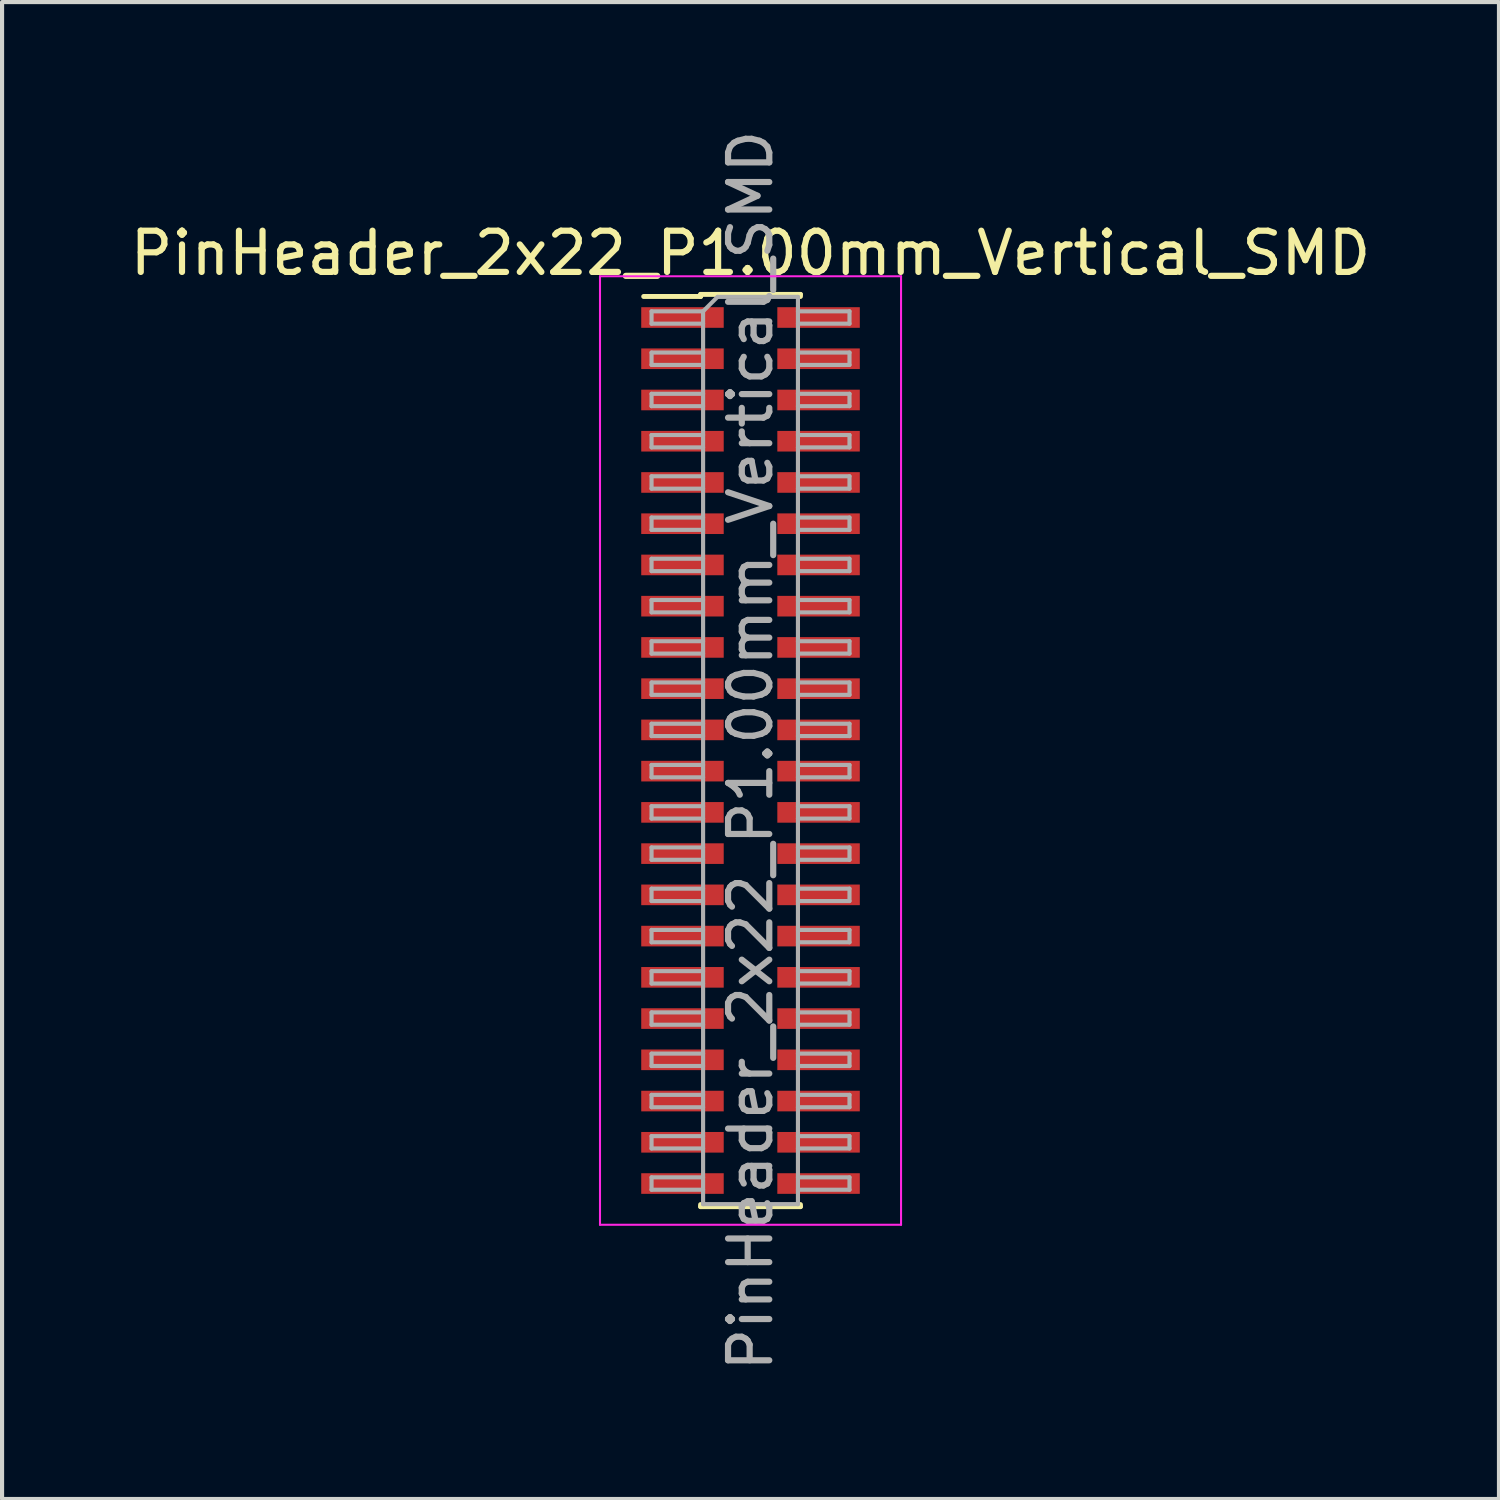
<source format=kicad_pcb>
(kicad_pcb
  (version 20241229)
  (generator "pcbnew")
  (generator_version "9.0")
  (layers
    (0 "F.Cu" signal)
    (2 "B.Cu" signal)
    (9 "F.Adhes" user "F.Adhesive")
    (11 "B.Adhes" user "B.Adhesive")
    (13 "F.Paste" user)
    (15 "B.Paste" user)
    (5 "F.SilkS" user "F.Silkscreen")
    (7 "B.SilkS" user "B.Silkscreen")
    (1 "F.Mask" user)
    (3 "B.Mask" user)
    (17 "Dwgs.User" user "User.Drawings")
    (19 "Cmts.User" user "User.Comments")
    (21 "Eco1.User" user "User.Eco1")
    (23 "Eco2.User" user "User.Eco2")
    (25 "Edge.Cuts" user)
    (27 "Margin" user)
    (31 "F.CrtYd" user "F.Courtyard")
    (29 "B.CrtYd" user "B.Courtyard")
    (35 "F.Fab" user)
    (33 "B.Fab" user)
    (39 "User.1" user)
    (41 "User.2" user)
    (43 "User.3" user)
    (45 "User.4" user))
  (footprint "PinHeader_2x22_P1.00mm_Vertical_SMD"
    (layer "F.Cu")
    (at 15.149 15.149)
    (property "Reference" "PinHeader_2x22_P1.00mm_Vertical_SMD" (at 0 -12.06 0) (layer "F.SilkS") (effects (font (size 1 1) (thickness 0.15))))
    (attr smd)
    (fp_line (start -2.59 -11.01) (end -1.21 -11.01) (stroke (width 0.12) (type solid)) (layer "F.SilkS"))
    (fp_line (start -1.21 -11.06) (end -1.21 -11.01) (stroke (width 0.12) (type solid)) (layer "F.SilkS"))
    (fp_line (start -1.21 -11.06) (end 1.21 -11.06) (stroke (width 0.12) (type solid)) (layer "F.SilkS"))
    (fp_line (start -1.21 11.01) (end -1.21 11.06) (stroke (width 0.12) (type solid)) (layer "F.SilkS"))
    (fp_line (start -1.21 11.06) (end 1.21 11.06) (stroke (width 0.12) (type solid)) (layer "F.SilkS"))
    (fp_line (start 1.21 -11.06) (end 1.21 -11.01) (stroke (width 0.12) (type solid)) (layer "F.SilkS"))
    (fp_line (start 1.21 11.01) (end 1.21 11.06) (stroke (width 0.12) (type solid)) (layer "F.SilkS"))
    (fp_line (start -3.65 -11.5) (end -3.65 11.5) (stroke (width 0.05) (type solid)) (layer "F.CrtYd"))
    (fp_line (start -3.65 11.5) (end 3.65 11.5) (stroke (width 0.05) (type solid)) (layer "F.CrtYd"))
    (fp_line (start 3.65 -11.5) (end -3.65 -11.5) (stroke (width 0.05) (type solid)) (layer "F.CrtYd"))
    (fp_line (start 3.65 11.5) (end 3.65 -11.5) (stroke (width 0.05) (type solid)) (layer "F.CrtYd"))
    (fp_line (start -2.4 -10.65) (end -2.4 -10.35) (stroke (width 0.1) (type solid)) (layer "F.Fab"))
    (fp_line (start -2.4 -10.35) (end -1.15 -10.35) (stroke (width 0.1) (type solid)) (layer "F.Fab"))
    (fp_line (start -2.4 -9.65) (end -2.4 -9.35) (stroke (width 0.1) (type solid)) (layer "F.Fab"))
    (fp_line (start -2.4 -9.35) (end -1.15 -9.35) (stroke (width 0.1) (type solid)) (layer "F.Fab"))
    (fp_line (start -2.4 -8.65) (end -2.4 -8.35) (stroke (width 0.1) (type solid)) (layer "F.Fab"))
    (fp_line (start -2.4 -8.35) (end -1.15 -8.35) (stroke (width 0.1) (type solid)) (layer "F.Fab"))
    (fp_line (start -2.4 -7.65) (end -2.4 -7.35) (stroke (width 0.1) (type solid)) (layer "F.Fab"))
    (fp_line (start -2.4 -7.35) (end -1.15 -7.35) (stroke (width 0.1) (type solid)) (layer "F.Fab"))
    (fp_line (start -2.4 -6.65) (end -2.4 -6.35) (stroke (width 0.1) (type solid)) (layer "F.Fab"))
    (fp_line (start -2.4 -6.35) (end -1.15 -6.35) (stroke (width 0.1) (type solid)) (layer "F.Fab"))
    (fp_line (start -2.4 -5.65) (end -2.4 -5.35) (stroke (width 0.1) (type solid)) (layer "F.Fab"))
    (fp_line (start -2.4 -5.35) (end -1.15 -5.35) (stroke (width 0.1) (type solid)) (layer "F.Fab"))
    (fp_line (start -2.4 -4.65) (end -2.4 -4.35) (stroke (width 0.1) (type solid)) (layer "F.Fab"))
    (fp_line (start -2.4 -4.35) (end -1.15 -4.35) (stroke (width 0.1) (type solid)) (layer "F.Fab"))
    (fp_line (start -2.4 -3.65) (end -2.4 -3.35) (stroke (width 0.1) (type solid)) (layer "F.Fab"))
    (fp_line (start -2.4 -3.35) (end -1.15 -3.35) (stroke (width 0.1) (type solid)) (layer "F.Fab"))
    (fp_line (start -2.4 -2.65) (end -2.4 -2.35) (stroke (width 0.1) (type solid)) (layer "F.Fab"))
    (fp_line (start -2.4 -2.35) (end -1.15 -2.35) (stroke (width 0.1) (type solid)) (layer "F.Fab"))
    (fp_line (start -2.4 -1.65) (end -2.4 -1.35) (stroke (width 0.1) (type solid)) (layer "F.Fab"))
    (fp_line (start -2.4 -1.35) (end -1.15 -1.35) (stroke (width 0.1) (type solid)) (layer "F.Fab"))
    (fp_line (start -2.4 -0.65) (end -2.4 -0.35) (stroke (width 0.1) (type solid)) (layer "F.Fab"))
    (fp_line (start -2.4 -0.35) (end -1.15 -0.35) (stroke (width 0.1) (type solid)) (layer "F.Fab"))
    (fp_line (start -2.4 0.35) (end -2.4 0.65) (stroke (width 0.1) (type solid)) (layer "F.Fab"))
    (fp_line (start -2.4 0.65) (end -1.15 0.65) (stroke (width 0.1) (type solid)) (layer "F.Fab"))
    (fp_line (start -2.4 1.35) (end -2.4 1.65) (stroke (width 0.1) (type solid)) (layer "F.Fab"))
    (fp_line (start -2.4 1.65) (end -1.15 1.65) (stroke (width 0.1) (type solid)) (layer "F.Fab"))
    (fp_line (start -2.4 2.35) (end -2.4 2.65) (stroke (width 0.1) (type solid)) (layer "F.Fab"))
    (fp_line (start -2.4 2.65) (end -1.15 2.65) (stroke (width 0.1) (type solid)) (layer "F.Fab"))
    (fp_line (start -2.4 3.35) (end -2.4 3.65) (stroke (width 0.1) (type solid)) (layer "F.Fab"))
    (fp_line (start -2.4 3.65) (end -1.15 3.65) (stroke (width 0.1) (type solid)) (layer "F.Fab"))
    (fp_line (start -2.4 4.35) (end -2.4 4.65) (stroke (width 0.1) (type solid)) (layer "F.Fab"))
    (fp_line (start -2.4 4.65) (end -1.15 4.65) (stroke (width 0.1) (type solid)) (layer "F.Fab"))
    (fp_line (start -2.4 5.35) (end -2.4 5.65) (stroke (width 0.1) (type solid)) (layer "F.Fab"))
    (fp_line (start -2.4 5.65) (end -1.15 5.65) (stroke (width 0.1) (type solid)) (layer "F.Fab"))
    (fp_line (start -2.4 6.35) (end -2.4 6.65) (stroke (width 0.1) (type solid)) (layer "F.Fab"))
    (fp_line (start -2.4 6.65) (end -1.15 6.65) (stroke (width 0.1) (type solid)) (layer "F.Fab"))
    (fp_line (start -2.4 7.35) (end -2.4 7.65) (stroke (width 0.1) (type solid)) (layer "F.Fab"))
    (fp_line (start -2.4 7.65) (end -1.15 7.65) (stroke (width 0.1) (type solid)) (layer "F.Fab"))
    (fp_line (start -2.4 8.35) (end -2.4 8.65) (stroke (width 0.1) (type solid)) (layer "F.Fab"))
    (fp_line (start -2.4 8.65) (end -1.15 8.65) (stroke (width 0.1) (type solid)) (layer "F.Fab"))
    (fp_line (start -2.4 9.35) (end -2.4 9.65) (stroke (width 0.1) (type solid)) (layer "F.Fab"))
    (fp_line (start -2.4 9.65) (end -1.15 9.65) (stroke (width 0.1) (type solid)) (layer "F.Fab"))
    (fp_line (start -2.4 10.35) (end -2.4 10.65) (stroke (width 0.1) (type solid)) (layer "F.Fab"))
    (fp_line (start -2.4 10.65) (end -1.15 10.65) (stroke (width 0.1) (type solid)) (layer "F.Fab"))
    (fp_line (start -1.15 -10.65) (end -2.4 -10.65) (stroke (width 0.1) (type solid)) (layer "F.Fab"))
    (fp_line (start -1.15 -10.65) (end -0.8 -11) (stroke (width 0.1) (type solid)) (layer "F.Fab"))
    (fp_line (start -1.15 -9.65) (end -2.4 -9.65) (stroke (width 0.1) (type solid)) (layer "F.Fab"))
    (fp_line (start -1.15 -8.65) (end -2.4 -8.65) (stroke (width 0.1) (type solid)) (layer "F.Fab"))
    (fp_line (start -1.15 -7.65) (end -2.4 -7.65) (stroke (width 0.1) (type solid)) (layer "F.Fab"))
    (fp_line (start -1.15 -6.65) (end -2.4 -6.65) (stroke (width 0.1) (type solid)) (layer "F.Fab"))
    (fp_line (start -1.15 -5.65) (end -2.4 -5.65) (stroke (width 0.1) (type solid)) (layer "F.Fab"))
    (fp_line (start -1.15 -4.65) (end -2.4 -4.65) (stroke (width 0.1) (type solid)) (layer "F.Fab"))
    (fp_line (start -1.15 -3.65) (end -2.4 -3.65) (stroke (width 0.1) (type solid)) (layer "F.Fab"))
    (fp_line (start -1.15 -2.65) (end -2.4 -2.65) (stroke (width 0.1) (type solid)) (layer "F.Fab"))
    (fp_line (start -1.15 -1.65) (end -2.4 -1.65) (stroke (width 0.1) (type solid)) (layer "F.Fab"))
    (fp_line (start -1.15 -0.65) (end -2.4 -0.65) (stroke (width 0.1) (type solid)) (layer "F.Fab"))
    (fp_line (start -1.15 0.35) (end -2.4 0.35) (stroke (width 0.1) (type solid)) (layer "F.Fab"))
    (fp_line (start -1.15 1.35) (end -2.4 1.35) (stroke (width 0.1) (type solid)) (layer "F.Fab"))
    (fp_line (start -1.15 2.35) (end -2.4 2.35) (stroke (width 0.1) (type solid)) (layer "F.Fab"))
    (fp_line (start -1.15 3.35) (end -2.4 3.35) (stroke (width 0.1) (type solid)) (layer "F.Fab"))
    (fp_line (start -1.15 4.35) (end -2.4 4.35) (stroke (width 0.1) (type solid)) (layer "F.Fab"))
    (fp_line (start -1.15 5.35) (end -2.4 5.35) (stroke (width 0.1) (type solid)) (layer "F.Fab"))
    (fp_line (start -1.15 6.35) (end -2.4 6.35) (stroke (width 0.1) (type solid)) (layer "F.Fab"))
    (fp_line (start -1.15 7.35) (end -2.4 7.35) (stroke (width 0.1) (type solid)) (layer "F.Fab"))
    (fp_line (start -1.15 8.35) (end -2.4 8.35) (stroke (width 0.1) (type solid)) (layer "F.Fab"))
    (fp_line (start -1.15 9.35) (end -2.4 9.35) (stroke (width 0.1) (type solid)) (layer "F.Fab"))
    (fp_line (start -1.15 10.35) (end -2.4 10.35) (stroke (width 0.1) (type solid)) (layer "F.Fab"))
    (fp_line (start -1.15 11) (end -1.15 -10.65) (stroke (width 0.1) (type solid)) (layer "F.Fab"))
    (fp_line (start -0.8 -11) (end 1.15 -11) (stroke (width 0.1) (type solid)) (layer "F.Fab"))
    (fp_line (start 1.15 -11) (end 1.15 11) (stroke (width 0.1) (type solid)) (layer "F.Fab"))
    (fp_line (start 1.15 -10.65) (end 2.4 -10.65) (stroke (width 0.1) (type solid)) (layer "F.Fab"))
    (fp_line (start 1.15 -9.65) (end 2.4 -9.65) (stroke (width 0.1) (type solid)) (layer "F.Fab"))
    (fp_line (start 1.15 -8.65) (end 2.4 -8.65) (stroke (width 0.1) (type solid)) (layer "F.Fab"))
    (fp_line (start 1.15 -7.65) (end 2.4 -7.65) (stroke (width 0.1) (type solid)) (layer "F.Fab"))
    (fp_line (start 1.15 -6.65) (end 2.4 -6.65) (stroke (width 0.1) (type solid)) (layer "F.Fab"))
    (fp_line (start 1.15 -5.65) (end 2.4 -5.65) (stroke (width 0.1) (type solid)) (layer "F.Fab"))
    (fp_line (start 1.15 -4.65) (end 2.4 -4.65) (stroke (width 0.1) (type solid)) (layer "F.Fab"))
    (fp_line (start 1.15 -3.65) (end 2.4 -3.65) (stroke (width 0.1) (type solid)) (layer "F.Fab"))
    (fp_line (start 1.15 -2.65) (end 2.4 -2.65) (stroke (width 0.1) (type solid)) (layer "F.Fab"))
    (fp_line (start 1.15 -1.65) (end 2.4 -1.65) (stroke (width 0.1) (type solid)) (layer "F.Fab"))
    (fp_line (start 1.15 -0.65) (end 2.4 -0.65) (stroke (width 0.1) (type solid)) (layer "F.Fab"))
    (fp_line (start 1.15 0.35) (end 2.4 0.35) (stroke (width 0.1) (type solid)) (layer "F.Fab"))
    (fp_line (start 1.15 1.35) (end 2.4 1.35) (stroke (width 0.1) (type solid)) (layer "F.Fab"))
    (fp_line (start 1.15 2.35) (end 2.4 2.35) (stroke (width 0.1) (type solid)) (layer "F.Fab"))
    (fp_line (start 1.15 3.35) (end 2.4 3.35) (stroke (width 0.1) (type solid)) (layer "F.Fab"))
    (fp_line (start 1.15 4.35) (end 2.4 4.35) (stroke (width 0.1) (type solid)) (layer "F.Fab"))
    (fp_line (start 1.15 5.35) (end 2.4 5.35) (stroke (width 0.1) (type solid)) (layer "F.Fab"))
    (fp_line (start 1.15 6.35) (end 2.4 6.35) (stroke (width 0.1) (type solid)) (layer "F.Fab"))
    (fp_line (start 1.15 7.35) (end 2.4 7.35) (stroke (width 0.1) (type solid)) (layer "F.Fab"))
    (fp_line (start 1.15 8.35) (end 2.4 8.35) (stroke (width 0.1) (type solid)) (layer "F.Fab"))
    (fp_line (start 1.15 9.35) (end 2.4 9.35) (stroke (width 0.1) (type solid)) (layer "F.Fab"))
    (fp_line (start 1.15 10.35) (end 2.4 10.35) (stroke (width 0.1) (type solid)) (layer "F.Fab"))
    (fp_line (start 1.15 11) (end -1.15 11) (stroke (width 0.1) (type solid)) (layer "F.Fab"))
    (fp_line (start 2.4 -10.65) (end 2.4 -10.35) (stroke (width 0.1) (type solid)) (layer "F.Fab"))
    (fp_line (start 2.4 -10.35) (end 1.15 -10.35) (stroke (width 0.1) (type solid)) (layer "F.Fab"))
    (fp_line (start 2.4 -9.65) (end 2.4 -9.35) (stroke (width 0.1) (type solid)) (layer "F.Fab"))
    (fp_line (start 2.4 -9.35) (end 1.15 -9.35) (stroke (width 0.1) (type solid)) (layer "F.Fab"))
    (fp_line (start 2.4 -8.65) (end 2.4 -8.35) (stroke (width 0.1) (type solid)) (layer "F.Fab"))
    (fp_line (start 2.4 -8.35) (end 1.15 -8.35) (stroke (width 0.1) (type solid)) (layer "F.Fab"))
    (fp_line (start 2.4 -7.65) (end 2.4 -7.35) (stroke (width 0.1) (type solid)) (layer "F.Fab"))
    (fp_line (start 2.4 -7.35) (end 1.15 -7.35) (stroke (width 0.1) (type solid)) (layer "F.Fab"))
    (fp_line (start 2.4 -6.65) (end 2.4 -6.35) (stroke (width 0.1) (type solid)) (layer "F.Fab"))
    (fp_line (start 2.4 -6.35) (end 1.15 -6.35) (stroke (width 0.1) (type solid)) (layer "F.Fab"))
    (fp_line (start 2.4 -5.65) (end 2.4 -5.35) (stroke (width 0.1) (type solid)) (layer "F.Fab"))
    (fp_line (start 2.4 -5.35) (end 1.15 -5.35) (stroke (width 0.1) (type solid)) (layer "F.Fab"))
    (fp_line (start 2.4 -4.65) (end 2.4 -4.35) (stroke (width 0.1) (type solid)) (layer "F.Fab"))
    (fp_line (start 2.4 -4.35) (end 1.15 -4.35) (stroke (width 0.1) (type solid)) (layer "F.Fab"))
    (fp_line (start 2.4 -3.65) (end 2.4 -3.35) (stroke (width 0.1) (type solid)) (layer "F.Fab"))
    (fp_line (start 2.4 -3.35) (end 1.15 -3.35) (stroke (width 0.1) (type solid)) (layer "F.Fab"))
    (fp_line (start 2.4 -2.65) (end 2.4 -2.35) (stroke (width 0.1) (type solid)) (layer "F.Fab"))
    (fp_line (start 2.4 -2.35) (end 1.15 -2.35) (stroke (width 0.1) (type solid)) (layer "F.Fab"))
    (fp_line (start 2.4 -1.65) (end 2.4 -1.35) (stroke (width 0.1) (type solid)) (layer "F.Fab"))
    (fp_line (start 2.4 -1.35) (end 1.15 -1.35) (stroke (width 0.1) (type solid)) (layer "F.Fab"))
    (fp_line (start 2.4 -0.65) (end 2.4 -0.35) (stroke (width 0.1) (type solid)) (layer "F.Fab"))
    (fp_line (start 2.4 -0.35) (end 1.15 -0.35) (stroke (width 0.1) (type solid)) (layer "F.Fab"))
    (fp_line (start 2.4 0.35) (end 2.4 0.65) (stroke (width 0.1) (type solid)) (layer "F.Fab"))
    (fp_line (start 2.4 0.65) (end 1.15 0.65) (stroke (width 0.1) (type solid)) (layer "F.Fab"))
    (fp_line (start 2.4 1.35) (end 2.4 1.65) (stroke (width 0.1) (type solid)) (layer "F.Fab"))
    (fp_line (start 2.4 1.65) (end 1.15 1.65) (stroke (width 0.1) (type solid)) (layer "F.Fab"))
    (fp_line (start 2.4 2.35) (end 2.4 2.65) (stroke (width 0.1) (type solid)) (layer "F.Fab"))
    (fp_line (start 2.4 2.65) (end 1.15 2.65) (stroke (width 0.1) (type solid)) (layer "F.Fab"))
    (fp_line (start 2.4 3.35) (end 2.4 3.65) (stroke (width 0.1) (type solid)) (layer "F.Fab"))
    (fp_line (start 2.4 3.65) (end 1.15 3.65) (stroke (width 0.1) (type solid)) (layer "F.Fab"))
    (fp_line (start 2.4 4.35) (end 2.4 4.65) (stroke (width 0.1) (type solid)) (layer "F.Fab"))
    (fp_line (start 2.4 4.65) (end 1.15 4.65) (stroke (width 0.1) (type solid)) (layer "F.Fab"))
    (fp_line (start 2.4 5.35) (end 2.4 5.65) (stroke (width 0.1) (type solid)) (layer "F.Fab"))
    (fp_line (start 2.4 5.65) (end 1.15 5.65) (stroke (width 0.1) (type solid)) (layer "F.Fab"))
    (fp_line (start 2.4 6.35) (end 2.4 6.65) (stroke (width 0.1) (type solid)) (layer "F.Fab"))
    (fp_line (start 2.4 6.65) (end 1.15 6.65) (stroke (width 0.1) (type solid)) (layer "F.Fab"))
    (fp_line (start 2.4 7.35) (end 2.4 7.65) (stroke (width 0.1) (type solid)) (layer "F.Fab"))
    (fp_line (start 2.4 7.65) (end 1.15 7.65) (stroke (width 0.1) (type solid)) (layer "F.Fab"))
    (fp_line (start 2.4 8.35) (end 2.4 8.65) (stroke (width 0.1) (type solid)) (layer "F.Fab"))
    (fp_line (start 2.4 8.65) (end 1.15 8.65) (stroke (width 0.1) (type solid)) (layer "F.Fab"))
    (fp_line (start 2.4 9.35) (end 2.4 9.65) (stroke (width 0.1) (type solid)) (layer "F.Fab"))
    (fp_line (start 2.4 9.65) (end 1.15 9.65) (stroke (width 0.1) (type solid)) (layer "F.Fab"))
    (fp_line (start 2.4 10.35) (end 2.4 10.65) (stroke (width 0.1) (type solid)) (layer "F.Fab"))
    (fp_line (start 2.4 10.65) (end 1.15 10.65) (stroke (width 0.1) (type solid)) (layer "F.Fab"))
    (fp_text user "${REFERENCE}" (at 0 0 90) (layer "F.Fab") (effects (font (size 1 1) (thickness 0.15))))
    (pad "1" smd rect (at -1.65 -10.5) (size 2 0.5) (layers "F.Cu" "F.Mask" "F.Paste"))
    (pad "2" smd rect (at 1.65 -10.5) (size 2 0.5) (layers "F.Cu" "F.Mask" "F.Paste"))
    (pad "3" smd rect (at -1.65 -9.5) (size 2 0.5) (layers "F.Cu" "F.Mask" "F.Paste"))
    (pad "4" smd rect (at 1.65 -9.5) (size 2 0.5) (layers "F.Cu" "F.Mask" "F.Paste"))
    (pad "5" smd rect (at -1.65 -8.5) (size 2 0.5) (layers "F.Cu" "F.Mask" "F.Paste"))
    (pad "6" smd rect (at 1.65 -8.5) (size 2 0.5) (layers "F.Cu" "F.Mask" "F.Paste"))
    (pad "7" smd rect (at -1.65 -7.5) (size 2 0.5) (layers "F.Cu" "F.Mask" "F.Paste"))
    (pad "8" smd rect (at 1.65 -7.5) (size 2 0.5) (layers "F.Cu" "F.Mask" "F.Paste"))
    (pad "9" smd rect (at -1.65 -6.5) (size 2 0.5) (layers "F.Cu" "F.Mask" "F.Paste"))
    (pad "10" smd rect (at 1.65 -6.5) (size 2 0.5) (layers "F.Cu" "F.Mask" "F.Paste"))
    (pad "11" smd rect (at -1.65 -5.5) (size 2 0.5) (layers "F.Cu" "F.Mask" "F.Paste"))
    (pad "12" smd rect (at 1.65 -5.5) (size 2 0.5) (layers "F.Cu" "F.Mask" "F.Paste"))
    (pad "13" smd rect (at -1.65 -4.5) (size 2 0.5) (layers "F.Cu" "F.Mask" "F.Paste"))
    (pad "14" smd rect (at 1.65 -4.5) (size 2 0.5) (layers "F.Cu" "F.Mask" "F.Paste"))
    (pad "15" smd rect (at -1.65 -3.5) (size 2 0.5) (layers "F.Cu" "F.Mask" "F.Paste"))
    (pad "16" smd rect (at 1.65 -3.5) (size 2 0.5) (layers "F.Cu" "F.Mask" "F.Paste"))
    (pad "17" smd rect (at -1.65 -2.5) (size 2 0.5) (layers "F.Cu" "F.Mask" "F.Paste"))
    (pad "18" smd rect (at 1.65 -2.5) (size 2 0.5) (layers "F.Cu" "F.Mask" "F.Paste"))
    (pad "19" smd rect (at -1.65 -1.5) (size 2 0.5) (layers "F.Cu" "F.Mask" "F.Paste"))
    (pad "20" smd rect (at 1.65 -1.5) (size 2 0.5) (layers "F.Cu" "F.Mask" "F.Paste"))
    (pad "21" smd rect (at -1.65 -0.5) (size 2 0.5) (layers "F.Cu" "F.Mask" "F.Paste"))
    (pad "22" smd rect (at 1.65 -0.5) (size 2 0.5) (layers "F.Cu" "F.Mask" "F.Paste"))
    (pad "23" smd rect (at -1.65 0.5) (size 2 0.5) (layers "F.Cu" "F.Mask" "F.Paste"))
    (pad "24" smd rect (at 1.65 0.5) (size 2 0.5) (layers "F.Cu" "F.Mask" "F.Paste"))
    (pad "25" smd rect (at -1.65 1.5) (size 2 0.5) (layers "F.Cu" "F.Mask" "F.Paste"))
    (pad "26" smd rect (at 1.65 1.5) (size 2 0.5) (layers "F.Cu" "F.Mask" "F.Paste"))
    (pad "27" smd rect (at -1.65 2.5) (size 2 0.5) (layers "F.Cu" "F.Mask" "F.Paste"))
    (pad "28" smd rect (at 1.65 2.5) (size 2 0.5) (layers "F.Cu" "F.Mask" "F.Paste"))
    (pad "29" smd rect (at -1.65 3.5) (size 2 0.5) (layers "F.Cu" "F.Mask" "F.Paste"))
    (pad "30" smd rect (at 1.65 3.5) (size 2 0.5) (layers "F.Cu" "F.Mask" "F.Paste"))
    (pad "31" smd rect (at -1.65 4.5) (size 2 0.5) (layers "F.Cu" "F.Mask" "F.Paste"))
    (pad "32" smd rect (at 1.65 4.5) (size 2 0.5) (layers "F.Cu" "F.Mask" "F.Paste"))
    (pad "33" smd rect (at -1.65 5.5) (size 2 0.5) (layers "F.Cu" "F.Mask" "F.Paste"))
    (pad "34" smd rect (at 1.65 5.5) (size 2 0.5) (layers "F.Cu" "F.Mask" "F.Paste"))
    (pad "35" smd rect (at -1.65 6.5) (size 2 0.5) (layers "F.Cu" "F.Mask" "F.Paste"))
    (pad "36" smd rect (at 1.65 6.5) (size 2 0.5) (layers "F.Cu" "F.Mask" "F.Paste"))
    (pad "37" smd rect (at -1.65 7.5) (size 2 0.5) (layers "F.Cu" "F.Mask" "F.Paste"))
    (pad "38" smd rect (at 1.65 7.5) (size 2 0.5) (layers "F.Cu" "F.Mask" "F.Paste"))
    (pad "39" smd rect (at -1.65 8.5) (size 2 0.5) (layers "F.Cu" "F.Mask" "F.Paste"))
    (pad "40" smd rect (at 1.65 8.5) (size 2 0.5) (layers "F.Cu" "F.Mask" "F.Paste"))
    (pad "41" smd rect (at -1.65 9.5) (size 2 0.5) (layers "F.Cu" "F.Mask" "F.Paste"))
    (pad "42" smd rect (at 1.65 9.5) (size 2 0.5) (layers "F.Cu" "F.Mask" "F.Paste"))
    (pad "43" smd rect (at -1.65 10.5) (size 2 0.5) (layers "F.Cu" "F.Mask" "F.Paste"))
    (pad "44" smd rect (at 1.65 10.5) (size 2 0.5) (layers "F.Cu" "F.Mask" "F.Paste")))
  (gr_rect
    (start -3 -3)
    (end 33.298 33.298)
    (stroke (width 0.1) (type default))
    (fill no)
    (layer "Edge.Cuts")))
</source>
